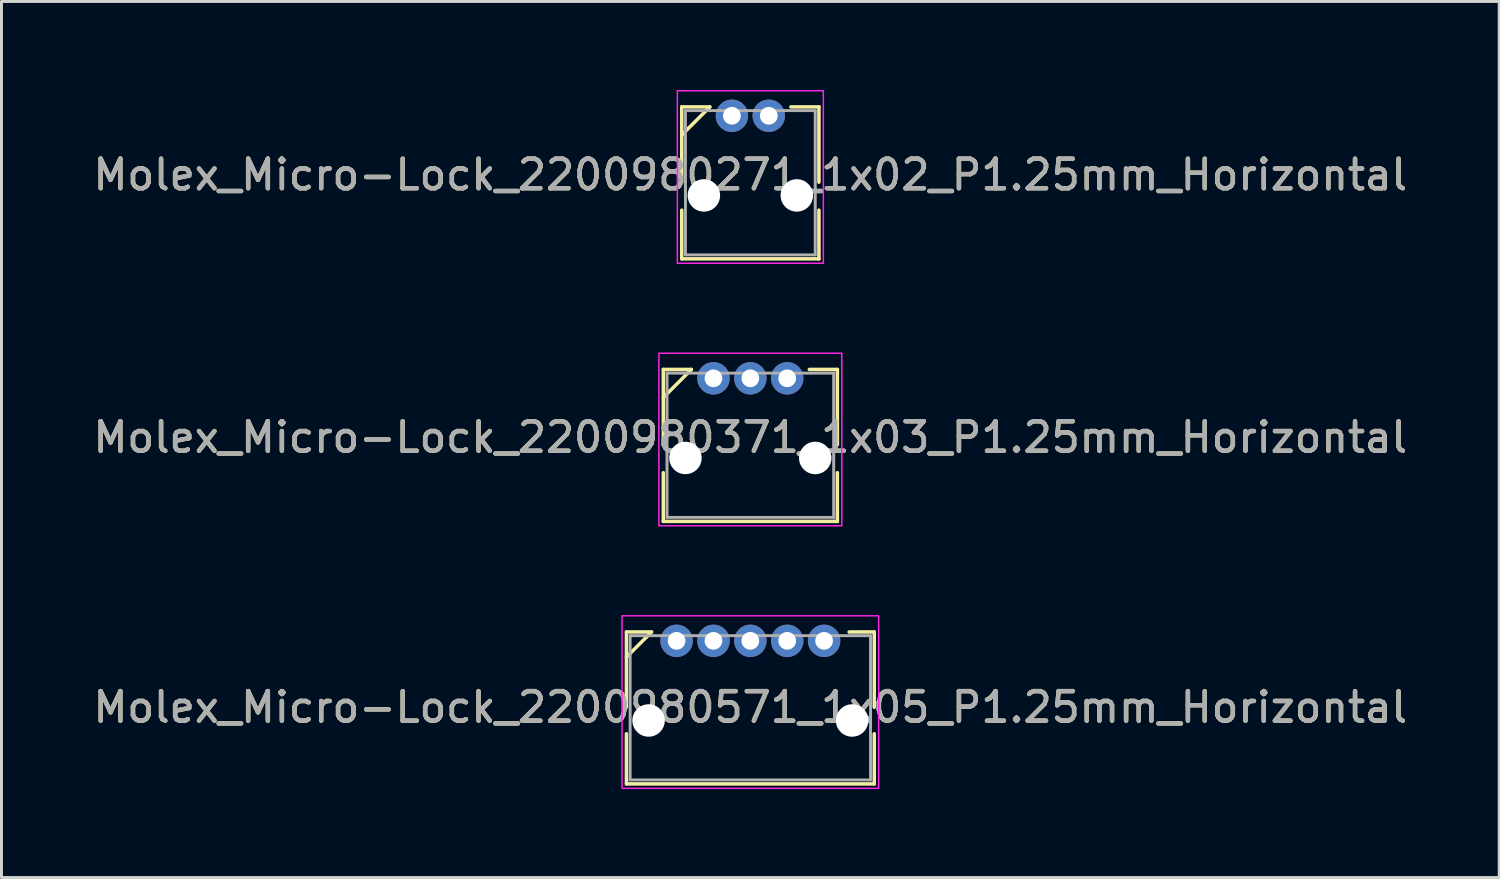
<source format=kicad_pcb>
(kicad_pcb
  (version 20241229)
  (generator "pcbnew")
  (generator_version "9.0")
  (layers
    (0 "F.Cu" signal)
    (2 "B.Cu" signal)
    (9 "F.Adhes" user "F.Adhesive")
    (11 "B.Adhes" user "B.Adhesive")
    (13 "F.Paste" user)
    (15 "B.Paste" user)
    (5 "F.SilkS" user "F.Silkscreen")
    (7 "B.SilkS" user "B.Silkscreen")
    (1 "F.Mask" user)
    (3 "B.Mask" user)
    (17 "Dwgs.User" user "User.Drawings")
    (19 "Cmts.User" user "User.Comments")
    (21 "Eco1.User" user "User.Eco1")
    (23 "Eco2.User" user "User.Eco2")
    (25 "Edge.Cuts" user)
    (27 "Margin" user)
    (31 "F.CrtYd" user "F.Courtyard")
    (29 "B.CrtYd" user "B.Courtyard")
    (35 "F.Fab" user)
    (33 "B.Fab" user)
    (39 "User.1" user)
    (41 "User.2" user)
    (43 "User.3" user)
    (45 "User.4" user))
  (footprint "Molex_Micro-Lock_2200980371_1x03_P1.25mm_Horizontal"
    (layer "F.Cu")
    (at 22.387 11.775)
    (property "Reference" "Molex_Micro-Lock_2200980371_1x03_P1.25mm_Horizontal" (at 0 0 0) (unlocked yes) (layer "F.SilkS") (effects (font (size 1 1) (thickness 0.15))))
    (attr through_hole)
    (fp_line (start -2.95 -2.3) (end -2.95 0.25) (stroke (width 0.12) (type solid)) (layer "F.SilkS"))
    (fp_line (start -2.95 1.2) (end -2.95 2.85) (stroke (width 0.12) (type solid)) (layer "F.SilkS"))
    (fp_line (start -2.95 2.85) (end 2.95 2.85) (stroke (width 0.12) (type solid)) (layer "F.SilkS"))
    (fp_line (start -2 -2.3) (end -2.95 -2.3) (stroke (width 0.12) (type solid)) (layer "F.SilkS"))
    (fp_line (start -2 -2.3) (end -2.95 -1.35) (stroke (width 0.12) (type default)) (layer "F.SilkS"))
    (fp_line (start 2.95 -2.3) (end 2 -2.3) (stroke (width 0.12) (type solid)) (layer "F.SilkS"))
    (fp_line (start 2.95 0.25) (end 2.95 -2.3) (stroke (width 0.12) (type solid)) (layer "F.SilkS"))
    (fp_line (start 2.95 2.85) (end 2.95 1.2) (stroke (width 0.12) (type solid)) (layer "F.SilkS"))
    (fp_rect (start -3.1 -2.85) (end 3.1 3) (stroke (width 0.05) (type default)) (fill no) (layer "F.CrtYd"))
    (fp_line (start -2.825 -2.175) (end -2.825 2.715) (stroke (width 0.1) (type solid)) (layer "F.Fab"))
    (fp_line (start -2.825 2.715) (end 2.825 2.715) (stroke (width 0.1) (type solid)) (layer "F.Fab"))
    (fp_line (start 2.825 -2.175) (end -2.825 -2.175) (stroke (width 0.1) (type solid)) (layer "F.Fab"))
    (fp_line (start 2.825 2.715) (end 2.825 -2.175) (stroke (width 0.1) (type solid)) (layer "F.Fab"))
    (fp_text user "${REFERENCE}" (at 0 0 0) (unlocked yes) (layer "F.Fab") (effects (font (size 1 1) (thickness 0.15))))
    (pad "" np_thru_hole circle (at -2.2 0.7) (size 1.1 1.1) (drill 1.1) (layers "*.Cu" "*.Mask"))
    (pad "" np_thru_hole circle (at 2.2 0.7) (size 1.1 1.1) (drill 1.1) (layers "*.Cu" "*.Mask"))
    (pad "1" thru_hole circle (at -1.25 -2) (size 1.1 1.1) (drill 0.6) (layers "*.Cu" "*.Mask"))
    (pad "2" thru_hole circle (at 0 -2) (size 1.1 1.1) (drill 0.6) (layers "*.Cu" "*.Mask"))
    (pad "3" thru_hole circle (at 1.25 -2) (size 1.1 1.1) (drill 0.6) (layers "*.Cu" "*.Mask")))
  (footprint "Molex_Micro-Lock_2200980571_1x05_P1.25mm_Horizontal"
    (layer "F.Cu")
    (at 22.387 20.925)
    (property "Reference" "Molex_Micro-Lock_2200980571_1x05_P1.25mm_Horizontal" (at 0 0 0) (unlocked yes) (layer "F.SilkS") (effects (font (size 1 1) (thickness 0.15))))
    (attr through_hole)
    (fp_line (start -4.2 -2.55) (end -4.2 0) (stroke (width 0.12) (type solid)) (layer "F.SilkS"))
    (fp_line (start -4.2 0.9) (end -4.2 2.6) (stroke (width 0.12) (type solid)) (layer "F.SilkS"))
    (fp_line (start -4.2 2.6) (end 4.2 2.6) (stroke (width 0.12) (type solid)) (layer "F.SilkS"))
    (fp_line (start -3.35 -2.55) (end -4.2 -2.55) (stroke (width 0.12) (type solid)) (layer "F.SilkS"))
    (fp_line (start -3.35 -2.55) (end -4.2 -1.7) (stroke (width 0.12) (type default)) (layer "F.SilkS"))
    (fp_line (start 4.2 -2.55) (end 3.35 -2.55) (stroke (width 0.12) (type solid)) (layer "F.SilkS"))
    (fp_line (start 4.2 0) (end 4.2 -2.55) (stroke (width 0.12) (type solid)) (layer "F.SilkS"))
    (fp_line (start 4.2 2.6) (end 4.2 0.9) (stroke (width 0.12) (type solid)) (layer "F.SilkS"))
    (fp_rect (start -4.35 -3.1) (end 4.35 2.75) (stroke (width 0.05) (type default)) (fill no) (layer "F.CrtYd"))
    (fp_line (start -4.075 -2.425) (end -4.075 2.465) (stroke (width 0.1) (type solid)) (layer "F.Fab"))
    (fp_line (start -4.075 2.465) (end 4.075 2.465) (stroke (width 0.1) (type solid)) (layer "F.Fab"))
    (fp_line (start 4.075 -2.425) (end -4.075 -2.425) (stroke (width 0.1) (type solid)) (layer "F.Fab"))
    (fp_line (start 4.075 2.465) (end 4.075 -2.425) (stroke (width 0.1) (type solid)) (layer "F.Fab"))
    (fp_text user "${REFERENCE}" (at 0 0 0) (unlocked yes) (layer "F.Fab") (effects (font (size 1 1) (thickness 0.15))))
    (pad "" np_thru_hole circle (at -3.45 0.45) (size 1.1 1.1) (drill 1.1) (layers "*.Cu" "*.Mask"))
    (pad "" np_thru_hole circle (at 3.45 0.45) (size 1.1 1.1) (drill 1.1) (layers "*.Cu" "*.Mask"))
    (pad "1" thru_hole circle (at -2.5 -2.25) (size 1.1 1.1) (drill 0.6) (layers "*.Cu" "*.Mask"))
    (pad "2" thru_hole circle (at -1.25 -2.25) (size 1.1 1.1) (drill 0.6) (layers "*.Cu" "*.Mask"))
    (pad "3" thru_hole circle (at 0 -2.25) (size 1.1 1.1) (drill 0.6) (layers "*.Cu" "*.Mask"))
    (pad "4" thru_hole circle (at 1.25 -2.25) (size 1.1 1.1) (drill 0.6) (layers "*.Cu" "*.Mask"))
    (pad "5" thru_hole circle (at 2.5 -2.25) (size 1.1 1.1) (drill 0.6) (layers "*.Cu" "*.Mask")))
  (footprint "Molex_Micro-Lock_2200980271_1x02_P1.25mm_Horizontal"
    (layer "F.Cu")
    (at 22.387 2.875)
    (property "Reference" "Molex_Micro-Lock_2200980271_1x02_P1.25mm_Horizontal" (at 0 0 0) (unlocked yes) (layer "F.SilkS") (effects (font (size 1 1) (thickness 0.15))))
    (attr through_hole)
    (fp_line (start -2.325 -2.3) (end -2.325 0.25) (stroke (width 0.12) (type solid)) (layer "F.SilkS"))
    (fp_line (start -2.325 1.2) (end -2.325 2.85) (stroke (width 0.12) (type solid)) (layer "F.SilkS"))
    (fp_line (start -2.325 2.85) (end 2.325 2.85) (stroke (width 0.12) (type solid)) (layer "F.SilkS"))
    (fp_line (start -1.375 -2.3) (end -2.325 -2.3) (stroke (width 0.12) (type solid)) (layer "F.SilkS"))
    (fp_line (start -1.375 -2.3) (end -2.325 -1.35) (stroke (width 0.12) (type default)) (layer "F.SilkS"))
    (fp_line (start 2.325 -2.3) (end 1.375 -2.3) (stroke (width 0.12) (type solid)) (layer "F.SilkS"))
    (fp_line (start 2.325 0.25) (end 2.325 -2.3) (stroke (width 0.12) (type solid)) (layer "F.SilkS"))
    (fp_line (start 2.325 2.85) (end 2.325 1.2) (stroke (width 0.12) (type solid)) (layer "F.SilkS"))
    (fp_rect (start -2.475 -2.85) (end 2.475 3) (stroke (width 0.05) (type default)) (fill no) (layer "F.CrtYd"))
    (fp_line (start -2.2 -2.175) (end -2.2 2.715) (stroke (width 0.1) (type solid)) (layer "F.Fab"))
    (fp_line (start -2.2 2.715) (end 2.2 2.715) (stroke (width 0.1) (type solid)) (layer "F.Fab"))
    (fp_line (start 2.2 -2.175) (end -2.2 -2.175) (stroke (width 0.1) (type solid)) (layer "F.Fab"))
    (fp_line (start 2.2 2.715) (end 2.2 -2.175) (stroke (width 0.1) (type solid)) (layer "F.Fab"))
    (fp_text user "${REFERENCE}" (at 0 0 0) (unlocked yes) (layer "F.Fab") (effects (font (size 1 1) (thickness 0.15))))
    (pad "" np_thru_hole circle (at -1.575 0.7) (size 1.1 1.1) (drill 1.1) (layers "*.Cu" "*.Mask"))
    (pad "" np_thru_hole circle (at 1.575 0.7) (size 1.1 1.1) (drill 1.1) (layers "*.Cu" "*.Mask"))
    (pad "1" thru_hole circle (at -0.625 -2) (size 1.1 1.1) (drill 0.6) (layers "*.Cu" "*.Mask"))
    (pad "2" thru_hole circle (at 0.625 -2) (size 1.1 1.1) (drill 0.6) (layers "*.Cu" "*.Mask")))
  (gr_rect
    (start -3 -3)
    (end 47.774 26.7)
    (stroke (width 0.1) (type default))
    (fill no)
    (layer "Edge.Cuts")))
</source>
